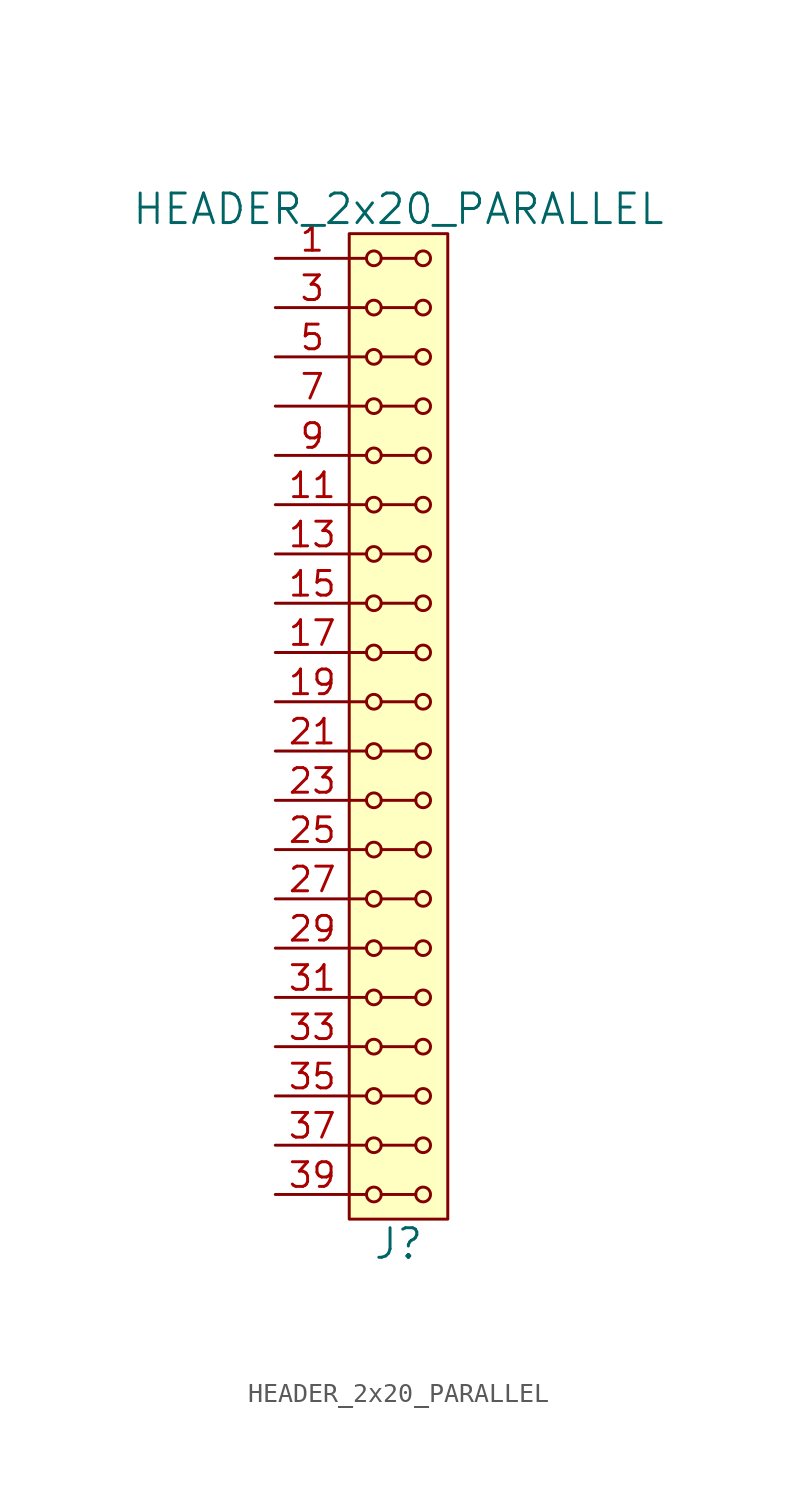
<source format=kicad_sym>
(kicad_symbol_lib
  (version 20211014)
  (generator kicad_symbol_editor)
  (symbol "HEADER_2x20_PARALLEL"
    (pin_names
      (offset 1.016))
    (property "Reference" "J"
      (at 0 -26.67 0)
      (effects (font (size 1.524 1.524))))
    (property "Value" "HEADER_2x20_PARALLEL"
      (at 0 26.67 0)
      (effects (font (size 1.524 1.524))))
    (property "Footprint" ""
      (at 0 24.13 0)
      (effects (font (size 1.524 1.524))))
    (property "Datasheet" ""
      (at 0 24.13 0)
      (effects (font (size 1.524 1.524))))
    (symbol "HEADER_2x20_PARALLEL_0_1"
      (rectangle (start -2.54 25.4) (end 2.54 -25.4) (stroke (width 0) (type default) (color 0 0 0 0)) (fill (type background)))
      (circle (center -1.27 -24.13) (radius 0.381) (stroke (width 0) (type default) (color 0 0 0 0)) (fill (type none)))
      (circle (center -1.27 -21.59) (radius 0.381) (stroke (width 0) (type default) (color 0 0 0 0)) (fill (type none)))
      (circle (center -1.27 -19.05) (radius 0.381) (stroke (width 0) (type default) (color 0 0 0 0)) (fill (type none)))
      (circle (center -1.27 -16.51) (radius 0.381) (stroke (width 0) (type default) (color 0 0 0 0)) (fill (type none)))
      (circle (center -1.27 -13.97) (radius 0.381) (stroke (width 0) (type default) (color 0 0 0 0)) (fill (type none)))
      (circle (center -1.27 -11.43) (radius 0.381) (stroke (width 0) (type default) (color 0 0 0 0)) (fill (type none)))
      (circle (center -1.27 -8.89) (radius 0.381) (stroke (width 0) (type default) (color 0 0 0 0)) (fill (type none)))
      (circle (center -1.27 -6.35) (radius 0.381) (stroke (width 0) (type default) (color 0 0 0 0)) (fill (type none)))
      (circle (center -1.27 -3.81) (radius 0.381) (stroke (width 0) (type default) (color 0 0 0 0)) (fill (type none)))
      (circle (center -1.27 -1.27) (radius 0.381) (stroke (width 0) (type default) (color 0 0 0 0)) (fill (type none)))
      (circle (center -1.27 1.27) (radius 0.381) (stroke (width 0) (type default) (color 0 0 0 0)) (fill (type none)))
      (circle (center -1.27 3.81) (radius 0.381) (stroke (width 0) (type default) (color 0 0 0 0)) (fill (type none)))
      (circle (center -1.27 6.35) (radius 0.381) (stroke (width 0) (type default) (color 0 0 0 0)) (fill (type none)))
      (circle (center -1.27 8.89) (radius 0.381) (stroke (width 0) (type default) (color 0 0 0 0)) (fill (type none)))
      (circle (center -1.27 11.43) (radius 0.381) (stroke (width 0) (type default) (color 0 0 0 0)) (fill (type none)))
      (circle (center -1.27 13.97) (radius 0.381) (stroke (width 0) (type default) (color 0 0 0 0)) (fill (type none)))
      (circle (center -1.27 16.51) (radius 0.381) (stroke (width 0) (type default) (color 0 0 0 0)) (fill (type none)))
      (circle (center -1.27 19.05) (radius 0.381) (stroke (width 0) (type default) (color 0 0 0 0)) (fill (type none)))
      (circle (center -1.27 21.59) (radius 0.381) (stroke (width 0) (type default) (color 0 0 0 0)) (fill (type none)))
      (circle (center -1.27 24.13) (radius 0.381) (stroke (width 0) (type default) (color 0 0 0 0)) (fill (type none)))
      (polyline (pts (xy -1.651 -24.13) (xy -2.54 -24.13)) (stroke (width 0) (type default) (color 0 0 0 0)) (fill (type none)))
      (polyline (pts (xy -1.651 -21.59) (xy -2.54 -21.59)) (stroke (width 0) (type default) (color 0 0 0 0)) (fill (type none)))
      (polyline (pts (xy -1.651 -19.05) (xy -2.54 -19.05)) (stroke (width 0) (type default) (color 0 0 0 0)) (fill (type none)))
      (polyline (pts (xy -1.651 -16.51) (xy -2.54 -16.51)) (stroke (width 0) (type default) (color 0 0 0 0)) (fill (type none)))
      (polyline (pts (xy -1.651 -13.97) (xy -2.54 -13.97)) (stroke (width 0) (type default) (color 0 0 0 0)) (fill (type none)))
      (polyline (pts (xy -1.651 -11.43) (xy -2.54 -11.43)) (stroke (width 0) (type default) (color 0 0 0 0)) (fill (type none)))
      (polyline (pts (xy -1.651 -8.89) (xy -2.54 -8.89)) (stroke (width 0) (type default) (color 0 0 0 0)) (fill (type none)))
      (polyline (pts (xy -1.651 -6.35) (xy -2.54 -6.35)) (stroke (width 0) (type default) (color 0 0 0 0)) (fill (type none)))
      (polyline (pts (xy -1.651 -3.81) (xy -2.54 -3.81)) (stroke (width 0) (type default) (color 0 0 0 0)) (fill (type none)))
      (polyline (pts (xy -1.651 -1.27) (xy -2.54 -1.27)) (stroke (width 0) (type default) (color 0 0 0 0)) (fill (type none)))
      (polyline (pts (xy -1.651 1.27) (xy -2.54 1.27)) (stroke (width 0) (type default) (color 0 0 0 0)) (fill (type none)))
      (polyline (pts (xy -1.651 3.81) (xy -2.54 3.81)) (stroke (width 0) (type default) (color 0 0 0 0)) (fill (type none)))
      (polyline (pts (xy -1.651 6.35) (xy -2.54 6.35)) (stroke (width 0) (type default) (color 0 0 0 0)) (fill (type none)))
      (polyline (pts (xy -1.651 8.89) (xy -2.54 8.89)) (stroke (width 0) (type default) (color 0 0 0 0)) (fill (type none)))
      (polyline (pts (xy -1.651 11.43) (xy -2.54 11.43)) (stroke (width 0) (type default) (color 0 0 0 0)) (fill (type none)))
      (polyline (pts (xy -1.651 13.97) (xy -2.54 13.97)) (stroke (width 0) (type default) (color 0 0 0 0)) (fill (type none)))
      (polyline (pts (xy -1.651 16.51) (xy -2.54 16.51)) (stroke (width 0) (type default) (color 0 0 0 0)) (fill (type none)))
      (polyline (pts (xy -1.651 19.05) (xy -2.54 19.05)) (stroke (width 0) (type default) (color 0 0 0 0)) (fill (type none)))
      (polyline (pts (xy -1.651 21.59) (xy -2.54 21.59)) (stroke (width 0) (type default) (color 0 0 0 0)) (fill (type none)))
      (polyline (pts (xy -1.651 24.13) (xy -2.54 24.13)) (stroke (width 0) (type default) (color 0 0 0 0)) (fill (type none)))
      (polyline (pts (xy -0.889 -24.13) (xy 0.889 -24.13)) (stroke (width 0) (type default) (color 0 0 0 0)) (fill (type none)))
      (polyline (pts (xy -0.889 -21.59) (xy 0.889 -21.59)) (stroke (width 0) (type default) (color 0 0 0 0)) (fill (type none)))
      (polyline (pts (xy -0.889 -19.05) (xy 0.889 -19.05)) (stroke (width 0) (type default) (color 0 0 0 0)) (fill (type none)))
      (polyline (pts (xy -0.889 -16.51) (xy 0.889 -16.51)) (stroke (width 0) (type default) (color 0 0 0 0)) (fill (type none)))
      (polyline (pts (xy -0.889 -13.97) (xy 0.889 -13.97)) (stroke (width 0) (type default) (color 0 0 0 0)) (fill (type none)))
      (polyline (pts (xy -0.889 -11.43) (xy 0.889 -11.43)) (stroke (width 0) (type default) (color 0 0 0 0)) (fill (type none)))
      (polyline (pts (xy -0.889 -8.89) (xy 0.889 -8.89)) (stroke (width 0) (type default) (color 0 0 0 0)) (fill (type none)))
      (polyline (pts (xy -0.889 -6.35) (xy 0.889 -6.35)) (stroke (width 0) (type default) (color 0 0 0 0)) (fill (type none)))
      (polyline (pts (xy -0.889 -3.81) (xy 0.889 -3.81)) (stroke (width 0) (type default) (color 0 0 0 0)) (fill (type none)))
      (polyline (pts (xy -0.889 -1.27) (xy 0.889 -1.27)) (stroke (width 0) (type default) (color 0 0 0 0)) (fill (type none)))
      (polyline (pts (xy -0.889 1.27) (xy 0.889 1.27)) (stroke (width 0) (type default) (color 0 0 0 0)) (fill (type none)))
      (polyline (pts (xy -0.889 3.81) (xy 0.889 3.81)) (stroke (width 0) (type default) (color 0 0 0 0)) (fill (type none)))
      (polyline (pts (xy -0.889 6.35) (xy 0.889 6.35)) (stroke (width 0) (type default) (color 0 0 0 0)) (fill (type none)))
      (polyline (pts (xy -0.889 8.89) (xy 0.889 8.89)) (stroke (width 0) (type default) (color 0 0 0 0)) (fill (type none)))
      (polyline (pts (xy -0.889 11.43) (xy 0.889 11.43)) (stroke (width 0) (type default) (color 0 0 0 0)) (fill (type none)))
      (polyline (pts (xy -0.889 13.97) (xy 0.889 13.97)) (stroke (width 0) (type default) (color 0 0 0 0)) (fill (type none)))
      (polyline (pts (xy -0.889 16.51) (xy 0.889 16.51)) (stroke (width 0) (type default) (color 0 0 0 0)) (fill (type none)))
      (polyline (pts (xy -0.889 19.05) (xy 0.889 19.05)) (stroke (width 0) (type default) (color 0 0 0 0)) (fill (type none)))
      (polyline (pts (xy -0.889 21.59) (xy 0.889 21.59)) (stroke (width 0) (type default) (color 0 0 0 0)) (fill (type none)))
      (polyline (pts (xy -0.889 24.13) (xy 0.889 24.13)) (stroke (width 0) (type default) (color 0 0 0 0)) (fill (type none)))
      (circle (center 1.27 -24.13) (radius 0.381) (stroke (width 0) (type default) (color 0 0 0 0)) (fill (type none)))
      (circle (center 1.27 -21.59) (radius 0.381) (stroke (width 0) (type default) (color 0 0 0 0)) (fill (type none)))
      (circle (center 1.27 -19.05) (radius 0.381) (stroke (width 0) (type default) (color 0 0 0 0)) (fill (type none)))
      (circle (center 1.27 -16.51) (radius 0.381) (stroke (width 0) (type default) (color 0 0 0 0)) (fill (type none)))
      (circle (center 1.27 -13.97) (radius 0.381) (stroke (width 0) (type default) (color 0 0 0 0)) (fill (type none)))
      (circle (center 1.27 -11.43) (radius 0.381) (stroke (width 0) (type default) (color 0 0 0 0)) (fill (type none)))
      (circle (center 1.27 -8.89) (radius 0.381) (stroke (width 0) (type default) (color 0 0 0 0)) (fill (type none)))
      (circle (center 1.27 -6.35) (radius 0.381) (stroke (width 0) (type default) (color 0 0 0 0)) (fill (type none)))
      (circle (center 1.27 -3.81) (radius 0.381) (stroke (width 0) (type default) (color 0 0 0 0)) (fill (type none)))
      (circle (center 1.27 -1.27) (radius 0.381) (stroke (width 0) (type default) (color 0 0 0 0)) (fill (type none)))
      (circle (center 1.27 1.27) (radius 0.381) (stroke (width 0) (type default) (color 0 0 0 0)) (fill (type none)))
      (circle (center 1.27 3.81) (radius 0.381) (stroke (width 0) (type default) (color 0 0 0 0)) (fill (type none)))
      (circle (center 1.27 6.35) (radius 0.381) (stroke (width 0) (type default) (color 0 0 0 0)) (fill (type none)))
      (circle (center 1.27 8.89) (radius 0.381) (stroke (width 0) (type default) (color 0 0 0 0)) (fill (type none)))
      (circle (center 1.27 11.43) (radius 0.381) (stroke (width 0) (type default) (color 0 0 0 0)) (fill (type none)))
      (circle (center 1.27 13.97) (radius 0.381) (stroke (width 0) (type default) (color 0 0 0 0)) (fill (type none)))
      (circle (center 1.27 16.51) (radius 0.381) (stroke (width 0) (type default) (color 0 0 0 0)) (fill (type none)))
      (circle (center 1.27 19.05) (radius 0.381) (stroke (width 0) (type default) (color 0 0 0 0)) (fill (type none)))
      (circle (center 1.27 21.59) (radius 0.381) (stroke (width 0) (type default) (color 0 0 0 0)) (fill (type none)))
      (circle (center 1.27 24.13) (radius 0.381) (stroke (width 0) (type default) (color 0 0 0 0)) (fill (type none))))
    (symbol "HEADER_2x20_PARALLEL_1_1"
      (pin input line (at -6.35 24.13 0) (length 3.81) (name "~" (effects (font (size 1.27 1.27)))) (number "1" (effects (font (size 1.27 1.27)))))
      (pin input line (at -6.35 13.97 0) (length 3.81) hide (name "~" (effects (font (size 1.27 1.27)))) (number "10" (effects (font (size 1.27 1.27)))))
      (pin input line (at -6.35 11.43 0) (length 3.81) (name "~" (effects (font (size 1.27 1.27)))) (number "11" (effects (font (size 1.27 1.27)))))
      (pin input line (at -6.35 11.43 0) (length 3.81) hide (name "~" (effects (font (size 1.27 1.27)))) (number "12" (effects (font (size 1.27 1.27)))))
      (pin input line (at -6.35 8.89 0) (length 3.81) (name "~" (effects (font (size 1.27 1.27)))) (number "13" (effects (font (size 1.27 1.27)))))
      (pin input line (at -6.35 8.89 0) (length 3.81) hide (name "~" (effects (font (size 1.27 1.27)))) (number "14" (effects (font (size 1.27 1.27)))))
      (pin input line (at -6.35 6.35 0) (length 3.81) (name "~" (effects (font (size 1.27 1.27)))) (number "15" (effects (font (size 1.27 1.27)))))
      (pin input line (at -6.35 6.35 0) (length 3.81) hide (name "~" (effects (font (size 1.27 1.27)))) (number "16" (effects (font (size 1.27 1.27)))))
      (pin input line (at -6.35 3.81 0) (length 3.81) (name "~" (effects (font (size 1.27 1.27)))) (number "17" (effects (font (size 1.27 1.27)))))
      (pin input line (at -6.35 3.81 0) (length 3.81) hide (name "~" (effects (font (size 1.27 1.27)))) (number "18" (effects (font (size 1.27 1.27)))))
      (pin input line (at -6.35 1.27 0) (length 3.81) (name "~" (effects (font (size 1.27 1.27)))) (number "19" (effects (font (size 1.27 1.27)))))
      (pin input line (at -6.35 24.13 0) (length 3.81) hide (name "~" (effects (font (size 1.27 1.27)))) (number "2" (effects (font (size 1.27 1.27)))))
      (pin input line (at -6.35 1.27 0) (length 3.81) hide (name "~" (effects (font (size 1.27 1.27)))) (number "20" (effects (font (size 1.27 1.27)))))
      (pin input line (at -6.35 -1.27 0) (length 3.81) (name "~" (effects (font (size 1.27 1.27)))) (number "21" (effects (font (size 1.27 1.27)))))
      (pin input line (at -6.35 -1.27 0) (length 3.81) hide (name "~" (effects (font (size 1.27 1.27)))) (number "22" (effects (font (size 1.27 1.27)))))
      (pin input line (at -6.35 -3.81 0) (length 3.81) (name "~" (effects (font (size 1.27 1.27)))) (number "23" (effects (font (size 1.27 1.27)))))
      (pin input line (at -6.35 -3.81 0) (length 3.81) hide (name "~" (effects (font (size 1.27 1.27)))) (number "24" (effects (font (size 1.27 1.27)))))
      (pin input line (at -6.35 -6.35 0) (length 3.81) (name "~" (effects (font (size 1.27 1.27)))) (number "25" (effects (font (size 1.27 1.27)))))
      (pin input line (at -6.35 -6.35 0) (length 3.81) hide (name "~" (effects (font (size 1.27 1.27)))) (number "26" (effects (font (size 1.27 1.27)))))
      (pin input line (at -6.35 -8.89 0) (length 3.81) (name "~" (effects (font (size 1.27 1.27)))) (number "27" (effects (font (size 1.27 1.27)))))
      (pin input line (at -6.35 -8.89 0) (length 3.81) hide (name "~" (effects (font (size 1.27 1.27)))) (number "28" (effects (font (size 1.27 1.27)))))
      (pin input line (at -6.35 -11.43 0) (length 3.81) (name "~" (effects (font (size 1.27 1.27)))) (number "29" (effects (font (size 1.27 1.27)))))
      (pin input line (at -6.35 21.59 0) (length 3.81) (name "~" (effects (font (size 1.27 1.27)))) (number "3" (effects (font (size 1.27 1.27)))))
      (pin input line (at -6.35 -11.43 0) (length 3.81) hide (name "~" (effects (font (size 1.27 1.27)))) (number "30" (effects (font (size 1.27 1.27)))))
      (pin input line (at -6.35 -13.97 0) (length 3.81) (name "~" (effects (font (size 1.27 1.27)))) (number "31" (effects (font (size 1.27 1.27)))))
      (pin input line (at -6.35 -13.97 0) (length 3.81) hide (name "~" (effects (font (size 1.27 1.27)))) (number "32" (effects (font (size 1.27 1.27)))))
      (pin input line (at -6.35 -16.51 0) (length 3.81) (name "~" (effects (font (size 1.27 1.27)))) (number "33" (effects (font (size 1.27 1.27)))))
      (pin input line (at -6.35 -16.51 0) (length 3.81) hide (name "~" (effects (font (size 1.27 1.27)))) (number "34" (effects (font (size 1.27 1.27)))))
      (pin input line (at -6.35 -19.05 0) (length 3.81) (name "~" (effects (font (size 1.27 1.27)))) (number "35" (effects (font (size 1.27 1.27)))))
      (pin input line (at -6.35 -19.05 0) (length 3.81) hide (name "~" (effects (font (size 1.27 1.27)))) (number "36" (effects (font (size 1.27 1.27)))))
      (pin input line (at -6.35 -21.59 0) (length 3.81) (name "~" (effects (font (size 1.27 1.27)))) (number "37" (effects (font (size 1.27 1.27)))))
      (pin input line (at -6.35 -21.59 0) (length 3.81) hide (name "~" (effects (font (size 1.27 1.27)))) (number "38" (effects (font (size 1.27 1.27)))))
      (pin input line (at -6.35 -24.13 0) (length 3.81) (name "~" (effects (font (size 1.27 1.27)))) (number "39" (effects (font (size 1.27 1.27)))))
      (pin input line (at -6.35 21.59 0) (length 3.81) hide (name "~" (effects (font (size 1.27 1.27)))) (number "4" (effects (font (size 1.27 1.27)))))
      (pin input line (at -6.35 -24.13 0) (length 3.81) hide (name "~" (effects (font (size 1.27 1.27)))) (number "40" (effects (font (size 1.27 1.27)))))
      (pin input line (at -6.35 19.05 0) (length 3.81) (name "~" (effects (font (size 1.27 1.27)))) (number "5" (effects (font (size 1.27 1.27)))))
      (pin input line (at -6.35 19.05 0) (length 3.81) hide (name "~" (effects (font (size 1.27 1.27)))) (number "6" (effects (font (size 1.27 1.27)))))
      (pin input line (at -6.35 16.51 0) (length 3.81) (name "~" (effects (font (size 1.27 1.27)))) (number "7" (effects (font (size 1.27 1.27)))))
      (pin input line (at -6.35 16.51 0) (length 3.81) hide (name "~" (effects (font (size 1.27 1.27)))) (number "8" (effects (font (size 1.27 1.27)))))
      (pin input line (at -6.35 13.97 0) (length 3.81) (name "~" (effects (font (size 1.27 1.27)))) (number "9" (effects (font (size 1.27 1.27))))))))
</source>
